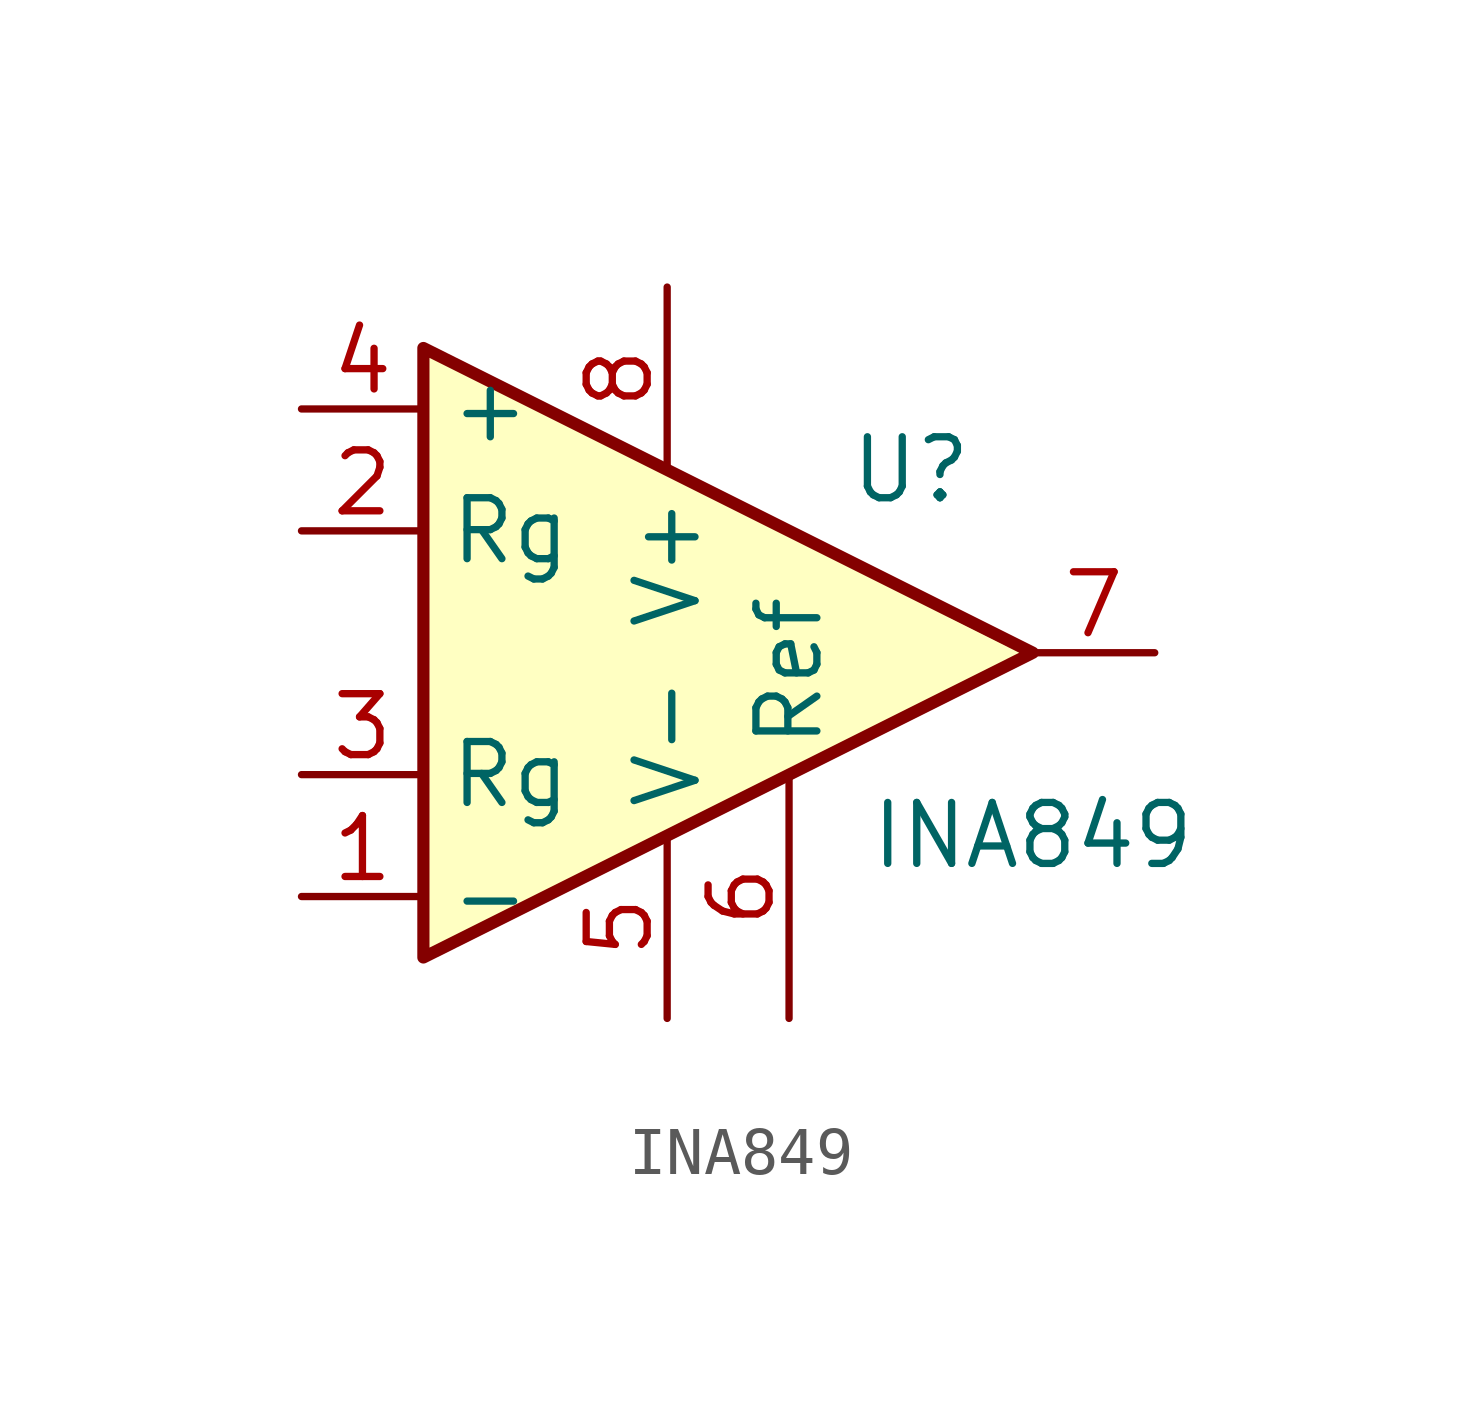
<source format=kicad_sym>
(kicad_symbol_lib
  (version 20211014)
  (generator kicad_symbol_editor)
  (symbol "INA849"
    (property "Reference" "U"
      (at 5.08 3.81 0)
      (effects (font (size 1.27 1.27))))
    (property "Value" "INA849"
      (at 7.62 -3.81 0)
      (effects (font (size 1.27 1.27))))
    (symbol "INA849_0_1"
      (polyline (pts (xy 7.62 0) (xy -5.08 6.35) (xy -5.08 -6.35) (xy 7.62 0)) (stroke (width 0.254) (type default) (color 0 0 0 0)) (fill (type background))))
    (symbol "INA849_1_1"
      (pin input line (at -7.62 -5.08 0) (length 2.54) (name "-" (effects (font (size 1.27 1.27)))) (number "1" (effects (font (size 1.27 1.27)))))
      (pin passive line (at -7.62 2.54 0) (length 2.54) (name "Rg" (effects (font (size 1.27 1.27)))) (number "2" (effects (font (size 1.27 1.27)))))
      (pin passive line (at -7.62 -2.54 0) (length 2.54) (name "Rg" (effects (font (size 1.27 1.27)))) (number "3" (effects (font (size 1.27 1.27)))))
      (pin input line (at -7.62 5.08 0) (length 2.54) (name "+" (effects (font (size 1.27 1.27)))) (number "4" (effects (font (size 1.27 1.27)))))
      (pin power_in line (at 0 -7.62 90) (length 3.81) (name "V-" (effects (font (size 1.27 1.27)))) (number "5" (effects (font (size 1.27 1.27)))))
      (pin input line (at 2.54 -7.62 90) (length 5.08) (name "Ref" (effects (font (size 1.27 1.27)))) (number "6" (effects (font (size 1.27 1.27)))))
      (pin output line (at 10.16 0 180) (length 2.54) (name "~" (effects (font (size 1.27 1.27)))) (number "7" (effects (font (size 1.27 1.27)))))
      (pin power_in line (at 0 7.62 270) (length 3.81) (name "V+" (effects (font (size 1.27 1.27)))) (number "8" (effects (font (size 1.27 1.27))))))))
</source>
